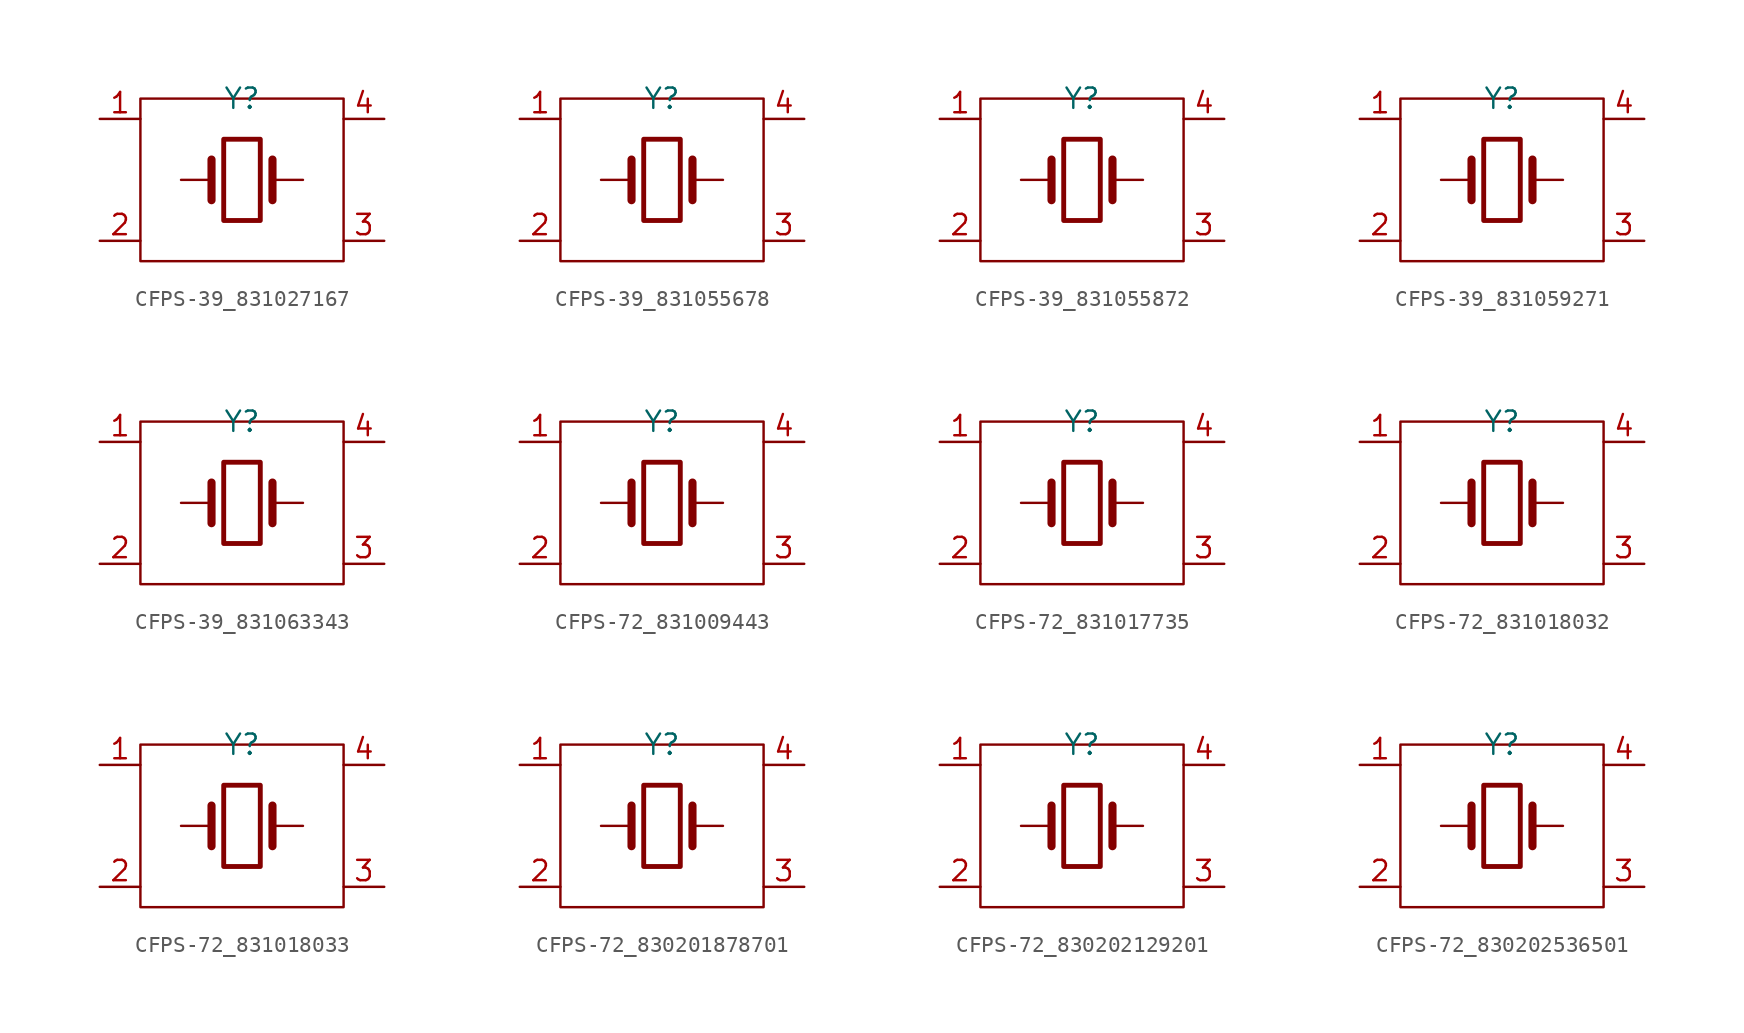
<source format=kicad_sym>
(kicad_symbol_lib
  (version 20220914)
  (generator kicad_symbol_editor)
  (symbol "CFPS-39_831027167"
    (pin_names hide)
    (property "Reference" "Y"
      (at 0 5.08 0)
      (effects (font (size 1.27 1.27))))
    (property "Critical Parameter" ""
      (at 0 -5.08 0)
      (effects (font (size 1.27 1.27)) (justify left)))
    (symbol "CFPS-39_831027167_0_1"
      (rectangle (start -6.35 5.08) (end 6.35 -5.08) (stroke (width 0) (type default)) (fill (type none)))
      (rectangle (start -1.143 2.54) (end 1.143 -2.54) (stroke (width 0.305) (type default)) (fill (type none)))
      (polyline (pts (xy -3.81 0) (xy -1.905 0)) (stroke (width 0) (type default)) (fill (type none)))
      (polyline (pts (xy -1.905 -1.27) (xy -1.905 1.27)) (stroke (width 0.508) (type default)) (fill (type none)))
      (polyline (pts (xy 1.905 -1.27) (xy 1.905 1.27)) (stroke (width 0.508) (type default)) (fill (type none)))
      (polyline (pts (xy 3.81 0) (xy 1.905 0)) (stroke (width 0) (type default)) (fill (type none))))
    (symbol "CFPS-39_831027167_1_1"
      (pin passive line (at -8.89 3.81 0) (length 2.54) (name "E/D" (effects (font (size 1.27 1.27)))) (number "1" (effects (font (size 1.27 1.27)))))
      (pin passive line (at -8.89 -3.81 0) (length 2.54) (name "GND" (effects (font (size 1.27 1.27)))) (number "2" (effects (font (size 1.27 1.27)))))
      (pin passive line (at 8.89 -3.81 180) (length 2.54) (name "OUT" (effects (font (size 1.27 1.27)))) (number "3" (effects (font (size 1.27 1.27)))))
      (pin passive line (at 8.89 3.81 180) (length 2.54) (name "+VS" (effects (font (size 1.27 1.27)))) (number "4" (effects (font (size 1.27 1.27)))))))
  (symbol "CFPS-39_831055678"
    (pin_names hide)
    (property "Reference" "Y"
      (at 0 5.08 0)
      (effects (font (size 1.27 1.27))))
    (property "Critical Parameter" ""
      (at 0 -5.08 0)
      (effects (font (size 1.27 1.27)) (justify left)))
    (symbol "CFPS-39_831055678_0_1"
      (rectangle (start -6.35 5.08) (end 6.35 -5.08) (stroke (width 0) (type default)) (fill (type none)))
      (rectangle (start -1.143 2.54) (end 1.143 -2.54) (stroke (width 0.305) (type default)) (fill (type none)))
      (polyline (pts (xy -3.81 0) (xy -1.905 0)) (stroke (width 0) (type default)) (fill (type none)))
      (polyline (pts (xy -1.905 -1.27) (xy -1.905 1.27)) (stroke (width 0.508) (type default)) (fill (type none)))
      (polyline (pts (xy 1.905 -1.27) (xy 1.905 1.27)) (stroke (width 0.508) (type default)) (fill (type none)))
      (polyline (pts (xy 3.81 0) (xy 1.905 0)) (stroke (width 0) (type default)) (fill (type none))))
    (symbol "CFPS-39_831055678_1_1"
      (pin passive line (at -8.89 3.81 0) (length 2.54) (name "E/D" (effects (font (size 1.27 1.27)))) (number "1" (effects (font (size 1.27 1.27)))))
      (pin passive line (at -8.89 -3.81 0) (length 2.54) (name "GND" (effects (font (size 1.27 1.27)))) (number "2" (effects (font (size 1.27 1.27)))))
      (pin passive line (at 8.89 -3.81 180) (length 2.54) (name "OUT" (effects (font (size 1.27 1.27)))) (number "3" (effects (font (size 1.27 1.27)))))
      (pin passive line (at 8.89 3.81 180) (length 2.54) (name "+VS" (effects (font (size 1.27 1.27)))) (number "4" (effects (font (size 1.27 1.27)))))))
  (symbol "CFPS-39_831055872"
    (pin_names hide)
    (property "Reference" "Y"
      (at 0 5.08 0)
      (effects (font (size 1.27 1.27))))
    (property "Critical Parameter" ""
      (at 0 -5.08 0)
      (effects (font (size 1.27 1.27)) (justify left)))
    (symbol "CFPS-39_831055872_0_1"
      (rectangle (start -6.35 5.08) (end 6.35 -5.08) (stroke (width 0) (type default)) (fill (type none)))
      (rectangle (start -1.143 2.54) (end 1.143 -2.54) (stroke (width 0.305) (type default)) (fill (type none)))
      (polyline (pts (xy -3.81 0) (xy -1.905 0)) (stroke (width 0) (type default)) (fill (type none)))
      (polyline (pts (xy -1.905 -1.27) (xy -1.905 1.27)) (stroke (width 0.508) (type default)) (fill (type none)))
      (polyline (pts (xy 1.905 -1.27) (xy 1.905 1.27)) (stroke (width 0.508) (type default)) (fill (type none)))
      (polyline (pts (xy 3.81 0) (xy 1.905 0)) (stroke (width 0) (type default)) (fill (type none))))
    (symbol "CFPS-39_831055872_1_1"
      (pin passive line (at -8.89 3.81 0) (length 2.54) (name "E/D" (effects (font (size 1.27 1.27)))) (number "1" (effects (font (size 1.27 1.27)))))
      (pin passive line (at -8.89 -3.81 0) (length 2.54) (name "GND" (effects (font (size 1.27 1.27)))) (number "2" (effects (font (size 1.27 1.27)))))
      (pin passive line (at 8.89 -3.81 180) (length 2.54) (name "OUT" (effects (font (size 1.27 1.27)))) (number "3" (effects (font (size 1.27 1.27)))))
      (pin passive line (at 8.89 3.81 180) (length 2.54) (name "+VS" (effects (font (size 1.27 1.27)))) (number "4" (effects (font (size 1.27 1.27)))))))
  (symbol "CFPS-39_831059271"
    (pin_names hide)
    (property "Reference" "Y"
      (at 0 5.08 0)
      (effects (font (size 1.27 1.27))))
    (property "Critical Parameter" ""
      (at 0 -5.08 0)
      (effects (font (size 1.27 1.27)) (justify left)))
    (symbol "CFPS-39_831059271_0_1"
      (rectangle (start -6.35 5.08) (end 6.35 -5.08) (stroke (width 0) (type default)) (fill (type none)))
      (rectangle (start -1.143 2.54) (end 1.143 -2.54) (stroke (width 0.305) (type default)) (fill (type none)))
      (polyline (pts (xy -3.81 0) (xy -1.905 0)) (stroke (width 0) (type default)) (fill (type none)))
      (polyline (pts (xy -1.905 -1.27) (xy -1.905 1.27)) (stroke (width 0.508) (type default)) (fill (type none)))
      (polyline (pts (xy 1.905 -1.27) (xy 1.905 1.27)) (stroke (width 0.508) (type default)) (fill (type none)))
      (polyline (pts (xy 3.81 0) (xy 1.905 0)) (stroke (width 0) (type default)) (fill (type none))))
    (symbol "CFPS-39_831059271_1_1"
      (pin passive line (at -8.89 3.81 0) (length 2.54) (name "E/D" (effects (font (size 1.27 1.27)))) (number "1" (effects (font (size 1.27 1.27)))))
      (pin passive line (at -8.89 -3.81 0) (length 2.54) (name "GND" (effects (font (size 1.27 1.27)))) (number "2" (effects (font (size 1.27 1.27)))))
      (pin passive line (at 8.89 -3.81 180) (length 2.54) (name "OUT" (effects (font (size 1.27 1.27)))) (number "3" (effects (font (size 1.27 1.27)))))
      (pin passive line (at 8.89 3.81 180) (length 2.54) (name "+VS" (effects (font (size 1.27 1.27)))) (number "4" (effects (font (size 1.27 1.27)))))))
  (symbol "CFPS-39_831063343"
    (pin_names hide)
    (property "Reference" "Y"
      (at 0 5.08 0)
      (effects (font (size 1.27 1.27))))
    (property "Critical Parameter" ""
      (at 0 -5.08 0)
      (effects (font (size 1.27 1.27)) (justify left)))
    (symbol "CFPS-39_831063343_0_1"
      (rectangle (start -6.35 5.08) (end 6.35 -5.08) (stroke (width 0) (type default)) (fill (type none)))
      (rectangle (start -1.143 2.54) (end 1.143 -2.54) (stroke (width 0.305) (type default)) (fill (type none)))
      (polyline (pts (xy -3.81 0) (xy -1.905 0)) (stroke (width 0) (type default)) (fill (type none)))
      (polyline (pts (xy -1.905 -1.27) (xy -1.905 1.27)) (stroke (width 0.508) (type default)) (fill (type none)))
      (polyline (pts (xy 1.905 -1.27) (xy 1.905 1.27)) (stroke (width 0.508) (type default)) (fill (type none)))
      (polyline (pts (xy 3.81 0) (xy 1.905 0)) (stroke (width 0) (type default)) (fill (type none))))
    (symbol "CFPS-39_831063343_1_1"
      (pin passive line (at -8.89 3.81 0) (length 2.54) (name "E/D" (effects (font (size 1.27 1.27)))) (number "1" (effects (font (size 1.27 1.27)))))
      (pin passive line (at -8.89 -3.81 0) (length 2.54) (name "GND" (effects (font (size 1.27 1.27)))) (number "2" (effects (font (size 1.27 1.27)))))
      (pin passive line (at 8.89 -3.81 180) (length 2.54) (name "OUT" (effects (font (size 1.27 1.27)))) (number "3" (effects (font (size 1.27 1.27)))))
      (pin passive line (at 8.89 3.81 180) (length 2.54) (name "+VS" (effects (font (size 1.27 1.27)))) (number "4" (effects (font (size 1.27 1.27)))))))
  (symbol "CFPS-72_831009443"
    (pin_names hide)
    (property "Reference" "Y"
      (at 0 5.08 0)
      (effects (font (size 1.27 1.27))))
    (property "Critical Parameter" ""
      (at 0 -5.08 0)
      (effects (font (size 1.27 1.27)) (justify left)))
    (symbol "CFPS-72_831009443_0_1"
      (rectangle (start -6.35 5.08) (end 6.35 -5.08) (stroke (width 0) (type default)) (fill (type none)))
      (rectangle (start -1.143 2.54) (end 1.143 -2.54) (stroke (width 0.305) (type default)) (fill (type none)))
      (polyline (pts (xy -3.81 0) (xy -1.905 0)) (stroke (width 0) (type default)) (fill (type none)))
      (polyline (pts (xy -1.905 -1.27) (xy -1.905 1.27)) (stroke (width 0.508) (type default)) (fill (type none)))
      (polyline (pts (xy 1.905 -1.27) (xy 1.905 1.27)) (stroke (width 0.508) (type default)) (fill (type none)))
      (polyline (pts (xy 3.81 0) (xy 1.905 0)) (stroke (width 0) (type default)) (fill (type none))))
    (symbol "CFPS-72_831009443_1_1"
      (pin passive line (at -8.89 3.81 0) (length 2.54) (name "E/D" (effects (font (size 1.27 1.27)))) (number "1" (effects (font (size 1.27 1.27)))))
      (pin passive line (at -8.89 -3.81 0) (length 2.54) (name "GND" (effects (font (size 1.27 1.27)))) (number "2" (effects (font (size 1.27 1.27)))))
      (pin passive line (at 8.89 -3.81 180) (length 2.54) (name "OUT" (effects (font (size 1.27 1.27)))) (number "3" (effects (font (size 1.27 1.27)))))
      (pin passive line (at 8.89 3.81 180) (length 2.54) (name "+VS" (effects (font (size 1.27 1.27)))) (number "4" (effects (font (size 1.27 1.27)))))))
  (symbol "CFPS-72_831017735"
    (pin_names hide)
    (property "Reference" "Y"
      (at 0 5.08 0)
      (effects (font (size 1.27 1.27))))
    (property "Critical Parameter" ""
      (at 0 -5.08 0)
      (effects (font (size 1.27 1.27)) (justify left)))
    (symbol "CFPS-72_831017735_0_1"
      (rectangle (start -6.35 5.08) (end 6.35 -5.08) (stroke (width 0) (type default)) (fill (type none)))
      (rectangle (start -1.143 2.54) (end 1.143 -2.54) (stroke (width 0.305) (type default)) (fill (type none)))
      (polyline (pts (xy -3.81 0) (xy -1.905 0)) (stroke (width 0) (type default)) (fill (type none)))
      (polyline (pts (xy -1.905 -1.27) (xy -1.905 1.27)) (stroke (width 0.508) (type default)) (fill (type none)))
      (polyline (pts (xy 1.905 -1.27) (xy 1.905 1.27)) (stroke (width 0.508) (type default)) (fill (type none)))
      (polyline (pts (xy 3.81 0) (xy 1.905 0)) (stroke (width 0) (type default)) (fill (type none))))
    (symbol "CFPS-72_831017735_1_1"
      (pin passive line (at -8.89 3.81 0) (length 2.54) (name "E/D" (effects (font (size 1.27 1.27)))) (number "1" (effects (font (size 1.27 1.27)))))
      (pin passive line (at -8.89 -3.81 0) (length 2.54) (name "GND" (effects (font (size 1.27 1.27)))) (number "2" (effects (font (size 1.27 1.27)))))
      (pin passive line (at 8.89 -3.81 180) (length 2.54) (name "OUT" (effects (font (size 1.27 1.27)))) (number "3" (effects (font (size 1.27 1.27)))))
      (pin passive line (at 8.89 3.81 180) (length 2.54) (name "+VS" (effects (font (size 1.27 1.27)))) (number "4" (effects (font (size 1.27 1.27)))))))
  (symbol "CFPS-72_831018032"
    (pin_names hide)
    (property "Reference" "Y"
      (at 0 5.08 0)
      (effects (font (size 1.27 1.27))))
    (property "Critical Parameter" ""
      (at 0 -5.08 0)
      (effects (font (size 1.27 1.27)) (justify left)))
    (symbol "CFPS-72_831018032_0_1"
      (rectangle (start -6.35 5.08) (end 6.35 -5.08) (stroke (width 0) (type default)) (fill (type none)))
      (rectangle (start -1.143 2.54) (end 1.143 -2.54) (stroke (width 0.305) (type default)) (fill (type none)))
      (polyline (pts (xy -3.81 0) (xy -1.905 0)) (stroke (width 0) (type default)) (fill (type none)))
      (polyline (pts (xy -1.905 -1.27) (xy -1.905 1.27)) (stroke (width 0.508) (type default)) (fill (type none)))
      (polyline (pts (xy 1.905 -1.27) (xy 1.905 1.27)) (stroke (width 0.508) (type default)) (fill (type none)))
      (polyline (pts (xy 3.81 0) (xy 1.905 0)) (stroke (width 0) (type default)) (fill (type none))))
    (symbol "CFPS-72_831018032_1_1"
      (pin passive line (at -8.89 3.81 0) (length 2.54) (name "E/D" (effects (font (size 1.27 1.27)))) (number "1" (effects (font (size 1.27 1.27)))))
      (pin passive line (at -8.89 -3.81 0) (length 2.54) (name "GND" (effects (font (size 1.27 1.27)))) (number "2" (effects (font (size 1.27 1.27)))))
      (pin passive line (at 8.89 -3.81 180) (length 2.54) (name "OUT" (effects (font (size 1.27 1.27)))) (number "3" (effects (font (size 1.27 1.27)))))
      (pin passive line (at 8.89 3.81 180) (length 2.54) (name "+VS" (effects (font (size 1.27 1.27)))) (number "4" (effects (font (size 1.27 1.27)))))))
  (symbol "CFPS-72_831018033"
    (pin_names hide)
    (property "Reference" "Y"
      (at 0 5.08 0)
      (effects (font (size 1.27 1.27))))
    (property "Critical Parameter" ""
      (at 0 -5.08 0)
      (effects (font (size 1.27 1.27)) (justify left)))
    (symbol "CFPS-72_831018033_0_1"
      (rectangle (start -6.35 5.08) (end 6.35 -5.08) (stroke (width 0) (type default)) (fill (type none)))
      (rectangle (start -1.143 2.54) (end 1.143 -2.54) (stroke (width 0.305) (type default)) (fill (type none)))
      (polyline (pts (xy -3.81 0) (xy -1.905 0)) (stroke (width 0) (type default)) (fill (type none)))
      (polyline (pts (xy -1.905 -1.27) (xy -1.905 1.27)) (stroke (width 0.508) (type default)) (fill (type none)))
      (polyline (pts (xy 1.905 -1.27) (xy 1.905 1.27)) (stroke (width 0.508) (type default)) (fill (type none)))
      (polyline (pts (xy 3.81 0) (xy 1.905 0)) (stroke (width 0) (type default)) (fill (type none))))
    (symbol "CFPS-72_831018033_1_1"
      (pin passive line (at -8.89 3.81 0) (length 2.54) (name "E/D" (effects (font (size 1.27 1.27)))) (number "1" (effects (font (size 1.27 1.27)))))
      (pin passive line (at -8.89 -3.81 0) (length 2.54) (name "GND" (effects (font (size 1.27 1.27)))) (number "2" (effects (font (size 1.27 1.27)))))
      (pin passive line (at 8.89 -3.81 180) (length 2.54) (name "OUT" (effects (font (size 1.27 1.27)))) (number "3" (effects (font (size 1.27 1.27)))))
      (pin passive line (at 8.89 3.81 180) (length 2.54) (name "+VS" (effects (font (size 1.27 1.27)))) (number "4" (effects (font (size 1.27 1.27)))))))
  (symbol "CFPS-72_830201878701"
    (pin_names hide)
    (property "Reference" "Y"
      (at 0 5.08 0)
      (effects (font (size 1.27 1.27))))
    (property "Critical Parameter" ""
      (at 0 -5.08 0)
      (effects (font (size 1.27 1.27)) (justify left)))
    (symbol "CFPS-72_830201878701_0_1"
      (rectangle (start -6.35 5.08) (end 6.35 -5.08) (stroke (width 0) (type default)) (fill (type none)))
      (rectangle (start -1.143 2.54) (end 1.143 -2.54) (stroke (width 0.305) (type default)) (fill (type none)))
      (polyline (pts (xy -3.81 0) (xy -1.905 0)) (stroke (width 0) (type default)) (fill (type none)))
      (polyline (pts (xy -1.905 -1.27) (xy -1.905 1.27)) (stroke (width 0.508) (type default)) (fill (type none)))
      (polyline (pts (xy 1.905 -1.27) (xy 1.905 1.27)) (stroke (width 0.508) (type default)) (fill (type none)))
      (polyline (pts (xy 3.81 0) (xy 1.905 0)) (stroke (width 0) (type default)) (fill (type none))))
    (symbol "CFPS-72_830201878701_1_1"
      (pin passive line (at -8.89 3.81 0) (length 2.54) (name "E/D" (effects (font (size 1.27 1.27)))) (number "1" (effects (font (size 1.27 1.27)))))
      (pin passive line (at -8.89 -3.81 0) (length 2.54) (name "GND" (effects (font (size 1.27 1.27)))) (number "2" (effects (font (size 1.27 1.27)))))
      (pin passive line (at 8.89 -3.81 180) (length 2.54) (name "OUT" (effects (font (size 1.27 1.27)))) (number "3" (effects (font (size 1.27 1.27)))))
      (pin passive line (at 8.89 3.81 180) (length 2.54) (name "+VS" (effects (font (size 1.27 1.27)))) (number "4" (effects (font (size 1.27 1.27)))))))
  (symbol "CFPS-72_830202129201"
    (pin_names hide)
    (property "Reference" "Y"
      (at 0 5.08 0)
      (effects (font (size 1.27 1.27))))
    (property "Critical Parameter" ""
      (at 0 -5.08 0)
      (effects (font (size 1.27 1.27)) (justify left)))
    (symbol "CFPS-72_830202129201_0_1"
      (rectangle (start -6.35 5.08) (end 6.35 -5.08) (stroke (width 0) (type default)) (fill (type none)))
      (rectangle (start -1.143 2.54) (end 1.143 -2.54) (stroke (width 0.305) (type default)) (fill (type none)))
      (polyline (pts (xy -3.81 0) (xy -1.905 0)) (stroke (width 0) (type default)) (fill (type none)))
      (polyline (pts (xy -1.905 -1.27) (xy -1.905 1.27)) (stroke (width 0.508) (type default)) (fill (type none)))
      (polyline (pts (xy 1.905 -1.27) (xy 1.905 1.27)) (stroke (width 0.508) (type default)) (fill (type none)))
      (polyline (pts (xy 3.81 0) (xy 1.905 0)) (stroke (width 0) (type default)) (fill (type none))))
    (symbol "CFPS-72_830202129201_1_1"
      (pin passive line (at -8.89 3.81 0) (length 2.54) (name "E/D" (effects (font (size 1.27 1.27)))) (number "1" (effects (font (size 1.27 1.27)))))
      (pin passive line (at -8.89 -3.81 0) (length 2.54) (name "GND" (effects (font (size 1.27 1.27)))) (number "2" (effects (font (size 1.27 1.27)))))
      (pin passive line (at 8.89 -3.81 180) (length 2.54) (name "OUT" (effects (font (size 1.27 1.27)))) (number "3" (effects (font (size 1.27 1.27)))))
      (pin passive line (at 8.89 3.81 180) (length 2.54) (name "+VS" (effects (font (size 1.27 1.27)))) (number "4" (effects (font (size 1.27 1.27)))))))
  (symbol "CFPS-72_830202536501"
    (pin_names hide)
    (property "Reference" "Y"
      (at 0 5.08 0)
      (effects (font (size 1.27 1.27))))
    (property "Critical Parameter" ""
      (at 0 -5.08 0)
      (effects (font (size 1.27 1.27)) (justify left)))
    (symbol "CFPS-72_830202536501_0_1"
      (rectangle (start -6.35 5.08) (end 6.35 -5.08) (stroke (width 0) (type default)) (fill (type none)))
      (rectangle (start -1.143 2.54) (end 1.143 -2.54) (stroke (width 0.305) (type default)) (fill (type none)))
      (polyline (pts (xy -3.81 0) (xy -1.905 0)) (stroke (width 0) (type default)) (fill (type none)))
      (polyline (pts (xy -1.905 -1.27) (xy -1.905 1.27)) (stroke (width 0.508) (type default)) (fill (type none)))
      (polyline (pts (xy 1.905 -1.27) (xy 1.905 1.27)) (stroke (width 0.508) (type default)) (fill (type none)))
      (polyline (pts (xy 3.81 0) (xy 1.905 0)) (stroke (width 0) (type default)) (fill (type none))))
    (symbol "CFPS-72_830202536501_1_1"
      (pin passive line (at -8.89 3.81 0) (length 2.54) (name "E/D" (effects (font (size 1.27 1.27)))) (number "1" (effects (font (size 1.27 1.27)))))
      (pin passive line (at -8.89 -3.81 0) (length 2.54) (name "GND" (effects (font (size 1.27 1.27)))) (number "2" (effects (font (size 1.27 1.27)))))
      (pin passive line (at 8.89 -3.81 180) (length 2.54) (name "OUT" (effects (font (size 1.27 1.27)))) (number "3" (effects (font (size 1.27 1.27)))))
      (pin passive line (at 8.89 3.81 180) (length 2.54) (name "+VS" (effects (font (size 1.27 1.27)))) (number "4" (effects (font (size 1.27 1.27))))))))
</source>
